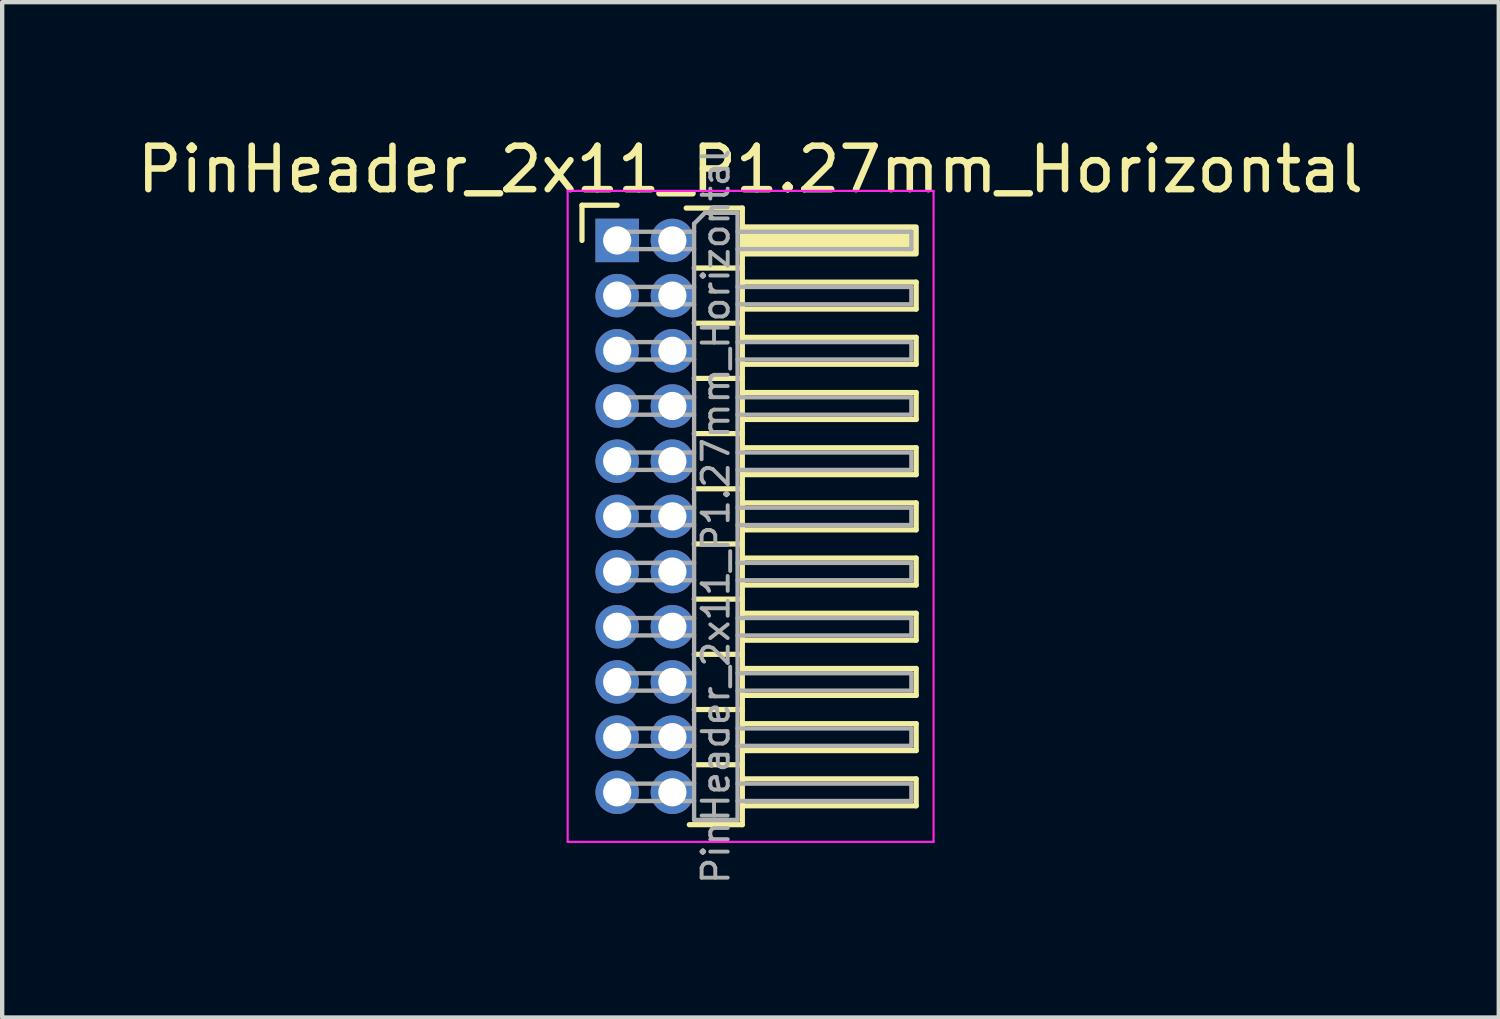
<source format=kicad_pcb>
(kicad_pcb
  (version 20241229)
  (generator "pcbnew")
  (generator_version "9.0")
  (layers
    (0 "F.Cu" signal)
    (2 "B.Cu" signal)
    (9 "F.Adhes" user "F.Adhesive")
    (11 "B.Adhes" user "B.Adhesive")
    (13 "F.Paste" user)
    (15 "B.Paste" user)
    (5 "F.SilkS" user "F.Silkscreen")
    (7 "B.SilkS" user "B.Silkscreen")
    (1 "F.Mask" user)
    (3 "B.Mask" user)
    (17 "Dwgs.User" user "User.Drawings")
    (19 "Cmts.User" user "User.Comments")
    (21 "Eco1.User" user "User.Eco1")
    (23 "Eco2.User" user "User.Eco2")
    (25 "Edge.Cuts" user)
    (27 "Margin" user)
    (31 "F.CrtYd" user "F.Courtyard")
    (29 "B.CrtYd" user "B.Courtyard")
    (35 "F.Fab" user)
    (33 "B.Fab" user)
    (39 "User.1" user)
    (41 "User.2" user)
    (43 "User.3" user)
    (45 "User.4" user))
  (footprint "PinHeader_2x11_P1.27mm_Horizontal"
    (layer "F.Cu")
    (at 11.153 2.483)
    (property "Reference" "PinHeader_2x11_P1.27mm_Horizontal" (at 3.067 -1.635 0) (layer "F.SilkS") (effects (font (size 1 1) (thickness 0.15))))
    (attr through_hole)
    (fp_line (start -0.81 -0.81) (end 0 -0.81) (stroke (width 0.12) (type solid)) (layer "F.SilkS"))
    (fp_line (start -0.81 0) (end -0.81 -0.81) (stroke (width 0.12) (type solid)) (layer "F.SilkS"))
    (fp_line (start 1.588 -0.745) (end 2.88 -0.745) (stroke (width 0.12) (type solid)) (layer "F.SilkS"))
    (fp_line (start 1.773 0.635) (end 2.88 0.635) (stroke (width 0.12) (type solid)) (layer "F.SilkS"))
    (fp_line (start 1.773 1.905) (end 2.88 1.905) (stroke (width 0.12) (type solid)) (layer "F.SilkS"))
    (fp_line (start 1.773 3.175) (end 2.88 3.175) (stroke (width 0.12) (type solid)) (layer "F.SilkS"))
    (fp_line (start 1.773 4.445) (end 2.88 4.445) (stroke (width 0.12) (type solid)) (layer "F.SilkS"))
    (fp_line (start 1.773 5.715) (end 2.88 5.715) (stroke (width 0.12) (type solid)) (layer "F.SilkS"))
    (fp_line (start 1.773 6.985) (end 2.88 6.985) (stroke (width 0.12) (type solid)) (layer "F.SilkS"))
    (fp_line (start 1.773 8.255) (end 2.88 8.255) (stroke (width 0.12) (type solid)) (layer "F.SilkS"))
    (fp_line (start 1.773 9.525) (end 2.88 9.525) (stroke (width 0.12) (type solid)) (layer "F.SilkS"))
    (fp_line (start 1.773 10.795) (end 2.88 10.795) (stroke (width 0.12) (type solid)) (layer "F.SilkS"))
    (fp_line (start 1.773 12.065) (end 2.88 12.065) (stroke (width 0.12) (type solid)) (layer "F.SilkS"))
    (fp_line (start 2.88 -0.745) (end 2.88 13.445) (stroke (width 0.12) (type solid)) (layer "F.SilkS"))
    (fp_line (start 2.88 0.96) (end 6.88 0.96) (stroke (width 0.12) (type solid)) (layer "F.SilkS"))
    (fp_line (start 2.88 2.23) (end 6.88 2.23) (stroke (width 0.12) (type solid)) (layer "F.SilkS"))
    (fp_line (start 2.88 3.5) (end 6.88 3.5) (stroke (width 0.12) (type solid)) (layer "F.SilkS"))
    (fp_line (start 2.88 4.77) (end 6.88 4.77) (stroke (width 0.12) (type solid)) (layer "F.SilkS"))
    (fp_line (start 2.88 6.04) (end 6.88 6.04) (stroke (width 0.12) (type solid)) (layer "F.SilkS"))
    (fp_line (start 2.88 7.31) (end 6.88 7.31) (stroke (width 0.12) (type solid)) (layer "F.SilkS"))
    (fp_line (start 2.88 8.58) (end 6.88 8.58) (stroke (width 0.12) (type solid)) (layer "F.SilkS"))
    (fp_line (start 2.88 9.85) (end 6.88 9.85) (stroke (width 0.12) (type solid)) (layer "F.SilkS"))
    (fp_line (start 2.88 11.12) (end 6.88 11.12) (stroke (width 0.12) (type solid)) (layer "F.SilkS"))
    (fp_line (start 2.88 12.39) (end 6.88 12.39) (stroke (width 0.12) (type solid)) (layer "F.SilkS"))
    (fp_line (start 2.88 13.445) (end 1.66 13.445) (stroke (width 0.12) (type solid)) (layer "F.SilkS"))
    (fp_line (start 6.88 0.96) (end 6.88 1.58) (stroke (width 0.12) (type solid)) (layer "F.SilkS"))
    (fp_line (start 6.88 1.58) (end 2.88 1.58) (stroke (width 0.12) (type solid)) (layer "F.SilkS"))
    (fp_line (start 6.88 2.23) (end 6.88 2.85) (stroke (width 0.12) (type solid)) (layer "F.SilkS"))
    (fp_line (start 6.88 2.85) (end 2.88 2.85) (stroke (width 0.12) (type solid)) (layer "F.SilkS"))
    (fp_line (start 6.88 3.5) (end 6.88 4.12) (stroke (width 0.12) (type solid)) (layer "F.SilkS"))
    (fp_line (start 6.88 4.12) (end 2.88 4.12) (stroke (width 0.12) (type solid)) (layer "F.SilkS"))
    (fp_line (start 6.88 4.77) (end 6.88 5.39) (stroke (width 0.12) (type solid)) (layer "F.SilkS"))
    (fp_line (start 6.88 5.39) (end 2.88 5.39) (stroke (width 0.12) (type solid)) (layer "F.SilkS"))
    (fp_line (start 6.88 6.04) (end 6.88 6.66) (stroke (width 0.12) (type solid)) (layer "F.SilkS"))
    (fp_line (start 6.88 6.66) (end 2.88 6.66) (stroke (width 0.12) (type solid)) (layer "F.SilkS"))
    (fp_line (start 6.88 7.31) (end 6.88 7.93) (stroke (width 0.12) (type solid)) (layer "F.SilkS"))
    (fp_line (start 6.88 7.93) (end 2.88 7.93) (stroke (width 0.12) (type solid)) (layer "F.SilkS"))
    (fp_line (start 6.88 8.58) (end 6.88 9.2) (stroke (width 0.12) (type solid)) (layer "F.SilkS"))
    (fp_line (start 6.88 9.2) (end 2.88 9.2) (stroke (width 0.12) (type solid)) (layer "F.SilkS"))
    (fp_line (start 6.88 9.85) (end 6.88 10.47) (stroke (width 0.12) (type solid)) (layer "F.SilkS"))
    (fp_line (start 6.88 10.47) (end 2.88 10.47) (stroke (width 0.12) (type solid)) (layer "F.SilkS"))
    (fp_line (start 6.88 11.12) (end 6.88 11.74) (stroke (width 0.12) (type solid)) (layer "F.SilkS"))
    (fp_line (start 6.88 11.74) (end 2.88 11.74) (stroke (width 0.12) (type solid)) (layer "F.SilkS"))
    (fp_line (start 6.88 12.39) (end 6.88 13.01) (stroke (width 0.12) (type solid)) (layer "F.SilkS"))
    (fp_line (start 6.88 13.01) (end 2.88 13.01) (stroke (width 0.12) (type solid)) (layer "F.SilkS"))
    (fp_rect (start 2.88 -0.31) (end 6.88 0.31) (stroke (width 0.12) (type solid)) (fill yes) (layer "F.SilkS"))
    (fp_line (start -1.14 -1.14) (end -1.14 13.84) (stroke (width 0.05) (type solid)) (layer "F.CrtYd"))
    (fp_line (start -1.14 13.84) (end 7.28 13.84) (stroke (width 0.05) (type solid)) (layer "F.CrtYd"))
    (fp_line (start 7.28 -1.14) (end -1.14 -1.14) (stroke (width 0.05) (type solid)) (layer "F.CrtYd"))
    (fp_line (start 7.28 13.84) (end 7.28 -1.14) (stroke (width 0.05) (type solid)) (layer "F.CrtYd"))
    (fp_line (start -0.2 -0.2) (end -0.2 0.2) (stroke (width 0.1) (type solid)) (layer "F.Fab"))
    (fp_line (start -0.2 -0.2) (end 1.77 -0.2) (stroke (width 0.1) (type solid)) (layer "F.Fab"))
    (fp_line (start -0.2 0.2) (end 1.77 0.2) (stroke (width 0.1) (type solid)) (layer "F.Fab"))
    (fp_line (start -0.2 1.07) (end -0.2 1.47) (stroke (width 0.1) (type solid)) (layer "F.Fab"))
    (fp_line (start -0.2 1.07) (end 1.77 1.07) (stroke (width 0.1) (type solid)) (layer "F.Fab"))
    (fp_line (start -0.2 1.47) (end 1.77 1.47) (stroke (width 0.1) (type solid)) (layer "F.Fab"))
    (fp_line (start -0.2 2.34) (end -0.2 2.74) (stroke (width 0.1) (type solid)) (layer "F.Fab"))
    (fp_line (start -0.2 2.34) (end 1.77 2.34) (stroke (width 0.1) (type solid)) (layer "F.Fab"))
    (fp_line (start -0.2 2.74) (end 1.77 2.74) (stroke (width 0.1) (type solid)) (layer "F.Fab"))
    (fp_line (start -0.2 3.61) (end -0.2 4.01) (stroke (width 0.1) (type solid)) (layer "F.Fab"))
    (fp_line (start -0.2 3.61) (end 1.77 3.61) (stroke (width 0.1) (type solid)) (layer "F.Fab"))
    (fp_line (start -0.2 4.01) (end 1.77 4.01) (stroke (width 0.1) (type solid)) (layer "F.Fab"))
    (fp_line (start -0.2 4.88) (end -0.2 5.28) (stroke (width 0.1) (type solid)) (layer "F.Fab"))
    (fp_line (start -0.2 4.88) (end 1.77 4.88) (stroke (width 0.1) (type solid)) (layer "F.Fab"))
    (fp_line (start -0.2 5.28) (end 1.77 5.28) (stroke (width 0.1) (type solid)) (layer "F.Fab"))
    (fp_line (start -0.2 6.15) (end -0.2 6.55) (stroke (width 0.1) (type solid)) (layer "F.Fab"))
    (fp_line (start -0.2 6.15) (end 1.77 6.15) (stroke (width 0.1) (type solid)) (layer "F.Fab"))
    (fp_line (start -0.2 6.55) (end 1.77 6.55) (stroke (width 0.1) (type solid)) (layer "F.Fab"))
    (fp_line (start -0.2 7.42) (end -0.2 7.82) (stroke (width 0.1) (type solid)) (layer "F.Fab"))
    (fp_line (start -0.2 7.42) (end 1.77 7.42) (stroke (width 0.1) (type solid)) (layer "F.Fab"))
    (fp_line (start -0.2 7.82) (end 1.77 7.82) (stroke (width 0.1) (type solid)) (layer "F.Fab"))
    (fp_line (start -0.2 8.69) (end -0.2 9.09) (stroke (width 0.1) (type solid)) (layer "F.Fab"))
    (fp_line (start -0.2 8.69) (end 1.77 8.69) (stroke (width 0.1) (type solid)) (layer "F.Fab"))
    (fp_line (start -0.2 9.09) (end 1.77 9.09) (stroke (width 0.1) (type solid)) (layer "F.Fab"))
    (fp_line (start -0.2 9.96) (end -0.2 10.36) (stroke (width 0.1) (type solid)) (layer "F.Fab"))
    (fp_line (start -0.2 9.96) (end 1.77 9.96) (stroke (width 0.1) (type solid)) (layer "F.Fab"))
    (fp_line (start -0.2 10.36) (end 1.77 10.36) (stroke (width 0.1) (type solid)) (layer "F.Fab"))
    (fp_line (start -0.2 11.23) (end -0.2 11.63) (stroke (width 0.1) (type solid)) (layer "F.Fab"))
    (fp_line (start -0.2 11.23) (end 1.77 11.23) (stroke (width 0.1) (type solid)) (layer "F.Fab"))
    (fp_line (start -0.2 11.63) (end 1.77 11.63) (stroke (width 0.1) (type solid)) (layer "F.Fab"))
    (fp_line (start -0.2 12.5) (end -0.2 12.9) (stroke (width 0.1) (type solid)) (layer "F.Fab"))
    (fp_line (start -0.2 12.5) (end 1.77 12.5) (stroke (width 0.1) (type solid)) (layer "F.Fab"))
    (fp_line (start -0.2 12.9) (end 1.77 12.9) (stroke (width 0.1) (type solid)) (layer "F.Fab"))
    (fp_line (start 1.77 -0.385) (end 2.02 -0.635) (stroke (width 0.1) (type solid)) (layer "F.Fab"))
    (fp_line (start 1.77 13.335) (end 1.77 -0.385) (stroke (width 0.1) (type solid)) (layer "F.Fab"))
    (fp_line (start 2.02 -0.635) (end 2.77 -0.635) (stroke (width 0.1) (type solid)) (layer "F.Fab"))
    (fp_line (start 2.77 -0.635) (end 2.77 13.335) (stroke (width 0.1) (type solid)) (layer "F.Fab"))
    (fp_line (start 2.77 -0.2) (end 6.77 -0.2) (stroke (width 0.1) (type solid)) (layer "F.Fab"))
    (fp_line (start 2.77 0.2) (end 6.77 0.2) (stroke (width 0.1) (type solid)) (layer "F.Fab"))
    (fp_line (start 2.77 1.07) (end 6.77 1.07) (stroke (width 0.1) (type solid)) (layer "F.Fab"))
    (fp_line (start 2.77 1.47) (end 6.77 1.47) (stroke (width 0.1) (type solid)) (layer "F.Fab"))
    (fp_line (start 2.77 2.34) (end 6.77 2.34) (stroke (width 0.1) (type solid)) (layer "F.Fab"))
    (fp_line (start 2.77 2.74) (end 6.77 2.74) (stroke (width 0.1) (type solid)) (layer "F.Fab"))
    (fp_line (start 2.77 3.61) (end 6.77 3.61) (stroke (width 0.1) (type solid)) (layer "F.Fab"))
    (fp_line (start 2.77 4.01) (end 6.77 4.01) (stroke (width 0.1) (type solid)) (layer "F.Fab"))
    (fp_line (start 2.77 4.88) (end 6.77 4.88) (stroke (width 0.1) (type solid)) (layer "F.Fab"))
    (fp_line (start 2.77 5.28) (end 6.77 5.28) (stroke (width 0.1) (type solid)) (layer "F.Fab"))
    (fp_line (start 2.77 6.15) (end 6.77 6.15) (stroke (width 0.1) (type solid)) (layer "F.Fab"))
    (fp_line (start 2.77 6.55) (end 6.77 6.55) (stroke (width 0.1) (type solid)) (layer "F.Fab"))
    (fp_line (start 2.77 7.42) (end 6.77 7.42) (stroke (width 0.1) (type solid)) (layer "F.Fab"))
    (fp_line (start 2.77 7.82) (end 6.77 7.82) (stroke (width 0.1) (type solid)) (layer "F.Fab"))
    (fp_line (start 2.77 8.69) (end 6.77 8.69) (stroke (width 0.1) (type solid)) (layer "F.Fab"))
    (fp_line (start 2.77 9.09) (end 6.77 9.09) (stroke (width 0.1) (type solid)) (layer "F.Fab"))
    (fp_line (start 2.77 9.96) (end 6.77 9.96) (stroke (width 0.1) (type solid)) (layer "F.Fab"))
    (fp_line (start 2.77 10.36) (end 6.77 10.36) (stroke (width 0.1) (type solid)) (layer "F.Fab"))
    (fp_line (start 2.77 11.23) (end 6.77 11.23) (stroke (width 0.1) (type solid)) (layer "F.Fab"))
    (fp_line (start 2.77 11.63) (end 6.77 11.63) (stroke (width 0.1) (type solid)) (layer "F.Fab"))
    (fp_line (start 2.77 12.5) (end 6.77 12.5) (stroke (width 0.1) (type solid)) (layer "F.Fab"))
    (fp_line (start 2.77 12.9) (end 6.77 12.9) (stroke (width 0.1) (type solid)) (layer "F.Fab"))
    (fp_line (start 2.77 13.335) (end 1.77 13.335) (stroke (width 0.1) (type solid)) (layer "F.Fab"))
    (fp_line (start 6.77 -0.2) (end 6.77 0.2) (stroke (width 0.1) (type solid)) (layer "F.Fab"))
    (fp_line (start 6.77 1.07) (end 6.77 1.47) (stroke (width 0.1) (type solid)) (layer "F.Fab"))
    (fp_line (start 6.77 2.34) (end 6.77 2.74) (stroke (width 0.1) (type solid)) (layer "F.Fab"))
    (fp_line (start 6.77 3.61) (end 6.77 4.01) (stroke (width 0.1) (type solid)) (layer "F.Fab"))
    (fp_line (start 6.77 4.88) (end 6.77 5.28) (stroke (width 0.1) (type solid)) (layer "F.Fab"))
    (fp_line (start 6.77 6.15) (end 6.77 6.55) (stroke (width 0.1) (type solid)) (layer "F.Fab"))
    (fp_line (start 6.77 7.42) (end 6.77 7.82) (stroke (width 0.1) (type solid)) (layer "F.Fab"))
    (fp_line (start 6.77 8.69) (end 6.77 9.09) (stroke (width 0.1) (type solid)) (layer "F.Fab"))
    (fp_line (start 6.77 9.96) (end 6.77 10.36) (stroke (width 0.1) (type solid)) (layer "F.Fab"))
    (fp_line (start 6.77 11.23) (end 6.77 11.63) (stroke (width 0.1) (type solid)) (layer "F.Fab"))
    (fp_line (start 6.77 12.5) (end 6.77 12.9) (stroke (width 0.1) (type solid)) (layer "F.Fab"))
    (fp_text user "${REFERENCE}" (at 2.27 6.35 90) (layer "F.Fab") (effects (font (size 0.6 0.6) (thickness 0.09))))
    (pad "1" thru_hole rect (at 0 0) (size 1 1) (drill 0.65) (layers "*.Cu" "*.Mask"))
    (pad "2" thru_hole circle (at 1.27 0) (size 1 1) (drill 0.65) (layers "*.Cu" "*.Mask"))
    (pad "3" thru_hole circle (at 0 1.27) (size 1 1) (drill 0.65) (layers "*.Cu" "*.Mask"))
    (pad "4" thru_hole circle (at 1.27 1.27) (size 1 1) (drill 0.65) (layers "*.Cu" "*.Mask"))
    (pad "5" thru_hole circle (at 0 2.54) (size 1 1) (drill 0.65) (layers "*.Cu" "*.Mask"))
    (pad "6" thru_hole circle (at 1.27 2.54) (size 1 1) (drill 0.65) (layers "*.Cu" "*.Mask"))
    (pad "7" thru_hole circle (at 0 3.81) (size 1 1) (drill 0.65) (layers "*.Cu" "*.Mask"))
    (pad "8" thru_hole circle (at 1.27 3.81) (size 1 1) (drill 0.65) (layers "*.Cu" "*.Mask"))
    (pad "9" thru_hole circle (at 0 5.08) (size 1 1) (drill 0.65) (layers "*.Cu" "*.Mask"))
    (pad "10" thru_hole circle (at 1.27 5.08) (size 1 1) (drill 0.65) (layers "*.Cu" "*.Mask"))
    (pad "11" thru_hole circle (at 0 6.35) (size 1 1) (drill 0.65) (layers "*.Cu" "*.Mask"))
    (pad "12" thru_hole circle (at 1.27 6.35) (size 1 1) (drill 0.65) (layers "*.Cu" "*.Mask"))
    (pad "13" thru_hole circle (at 0 7.62) (size 1 1) (drill 0.65) (layers "*.Cu" "*.Mask"))
    (pad "14" thru_hole circle (at 1.27 7.62) (size 1 1) (drill 0.65) (layers "*.Cu" "*.Mask"))
    (pad "15" thru_hole circle (at 0 8.89) (size 1 1) (drill 0.65) (layers "*.Cu" "*.Mask"))
    (pad "16" thru_hole circle (at 1.27 8.89) (size 1 1) (drill 0.65) (layers "*.Cu" "*.Mask"))
    (pad "17" thru_hole circle (at 0 10.16) (size 1 1) (drill 0.65) (layers "*.Cu" "*.Mask"))
    (pad "18" thru_hole circle (at 1.27 10.16) (size 1 1) (drill 0.65) (layers "*.Cu" "*.Mask"))
    (pad "19" thru_hole circle (at 0 11.43) (size 1 1) (drill 0.65) (layers "*.Cu" "*.Mask"))
    (pad "20" thru_hole circle (at 1.27 11.43) (size 1 1) (drill 0.65) (layers "*.Cu" "*.Mask"))
    (pad "21" thru_hole circle (at 0 12.7) (size 1 1) (drill 0.65) (layers "*.Cu" "*.Mask"))
    (pad "22" thru_hole circle (at 1.27 12.7) (size 1 1) (drill 0.65) (layers "*.Cu" "*.Mask")))
  (gr_rect
    (start -3 -3)
    (end 31.44 20.365)
    (stroke (width 0.1) (type default))
    (fill no)
    (layer "Edge.Cuts")))
</source>
